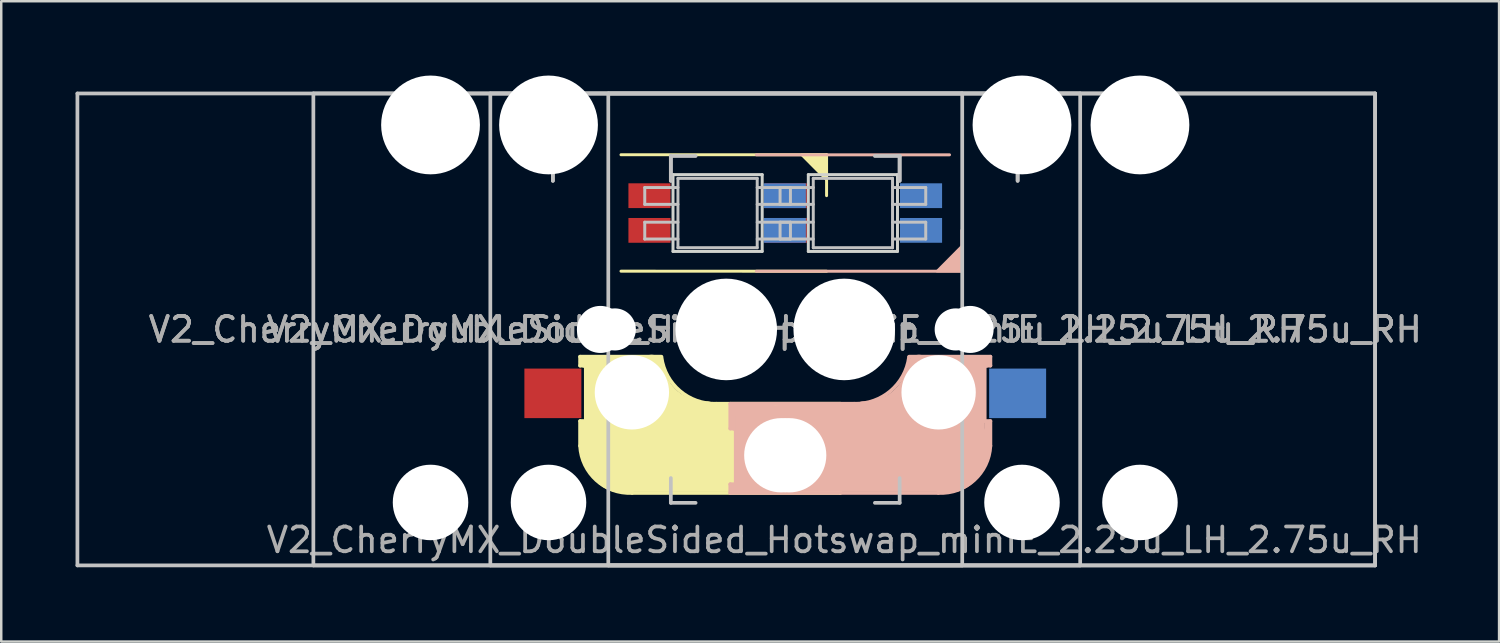
<source format=kicad_pcb>
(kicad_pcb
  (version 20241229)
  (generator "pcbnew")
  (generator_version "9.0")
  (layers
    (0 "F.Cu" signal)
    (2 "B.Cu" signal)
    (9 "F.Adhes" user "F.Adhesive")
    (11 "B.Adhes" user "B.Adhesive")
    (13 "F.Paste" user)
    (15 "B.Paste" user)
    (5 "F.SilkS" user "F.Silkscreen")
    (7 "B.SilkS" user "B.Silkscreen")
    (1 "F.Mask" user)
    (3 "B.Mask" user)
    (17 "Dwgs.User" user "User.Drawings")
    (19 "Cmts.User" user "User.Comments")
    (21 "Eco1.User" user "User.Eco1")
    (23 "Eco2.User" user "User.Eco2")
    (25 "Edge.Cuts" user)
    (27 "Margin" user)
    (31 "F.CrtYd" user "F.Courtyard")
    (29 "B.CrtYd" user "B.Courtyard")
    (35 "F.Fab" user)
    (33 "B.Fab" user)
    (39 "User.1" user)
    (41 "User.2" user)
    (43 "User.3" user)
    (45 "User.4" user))
  (footprint "V2_CherryMX_DoubleSided_Hotswap_miniE_2.25u_LH_2.75u_RH"
    (layer "F.Cu")
    (at 31.031 10.249)
    (property "Reference" "V2_CherryMX_DoubleSided_Hotswap_miniE_2.25u_LH_2.75u_RH" (at 0 8.5 0) (layer "F.Fab") (effects (font (size 1 1) (thickness 0.15))))
    (attr through_hole)
    (fp_line (start -10.662 1.1) (end -10.662 1.46) (stroke (width 0.15) (type solid)) (layer "F.SilkS"))
    (fp_line (start -10.662 1.1) (end -7.383 1.1) (stroke (width 0.15) (type solid)) (layer "F.SilkS"))
    (fp_line (start -10.662 3.7) (end -10.463 3.7) (stroke (width 0.15) (type solid)) (layer "F.SilkS"))
    (fp_line (start -10.662 4.7) (end -10.662 3.7) (stroke (width 0.15) (type solid)) (layer "F.SilkS"))
    (fp_line (start -10.562 3.8) (end -10.562 4.7) (stroke (width 0.3) (type solid)) (layer "F.SilkS"))
    (fp_line (start -10.463 1.3) (end -7.763 1.3) (stroke (width 0.5) (type solid)) (layer "F.SilkS"))
    (fp_line (start -10.463 1.46) (end -10.662 1.46) (stroke (width 0.15) (type solid)) (layer "F.SilkS"))
    (fp_line (start -10.432 3.7) (end -10.432 1.46) (stroke (width 0.15) (type solid)) (layer "F.SilkS"))
    (fp_line (start -10.062 1.6) (end -10.062 3.4) (stroke (width 0.8) (type solid)) (layer "F.SilkS"))
    (fp_line (start -9.012 -7.052) (end -0.713 -7.052) (stroke (width 0.12) (type solid)) (layer "F.SilkS"))
    (fp_line (start -8.932 5.1) (end -8.932 2.86) (stroke (width 3) (type solid)) (layer "F.SilkS"))
    (fp_line (start -5.162 3) (end -0.163 3) (stroke (width 0.15) (type solid)) (layer "F.SilkS"))
    (fp_line (start -2.163 4.8) (end -8.863 4.8) (stroke (width 3.5) (type solid)) (layer "F.SilkS"))
    (fp_line (start -0.863 6) (end -0.863 3.5) (stroke (width 1) (type solid)) (layer "F.SilkS"))
    (fp_line (start -0.713 -7.052) (end -0.713 -5.401) (stroke (width 0.12) (type solid)) (layer "F.SilkS"))
    (fp_line (start -0.713 -2.349) (end -9.012 -2.352) (stroke (width 0.12) (type solid)) (layer "F.SilkS"))
    (fp_line (start -0.463 3.3) (end -1.863 3.3) (stroke (width 0.5) (type solid)) (layer "F.SilkS"))
    (fp_line (start -0.383 4) (end -0.383 6.25) (stroke (width 0.15) (type solid)) (layer "F.SilkS"))
    (fp_line (start -0.362 3.9) (end -0.362 3.2) (stroke (width 0.4) (type solid)) (layer "F.SilkS"))
    (fp_line (start -0.362 6.25) (end -0.163 6.25) (stroke (width 0.15) (type solid)) (layer "F.SilkS"))
    (fp_line (start -0.362 6.4) (end -1.762 6.4) (stroke (width 0.4) (type solid)) (layer "F.SilkS"))
    (fp_line (start -0.163 3) (end -0.163 4) (stroke (width 0.15) (type solid)) (layer "F.SilkS"))
    (fp_line (start -0.163 4) (end -0.362 4) (stroke (width 0.15) (type solid)) (layer "F.SilkS"))
    (fp_line (start -0.163 6.25) (end -0.163 6.6) (stroke (width 0.15) (type solid)) (layer "F.SilkS"))
    (fp_line (start -0.163 6.6) (end -8.562 6.6) (stroke (width 0.15) (type solid)) (layer "F.SilkS"))
    (fp_arc (start -8.5625 6.600001) (mid -10.006004 6.084925) (end -10.662501 4.7) (stroke (width 0.15) (type solid)) (layer "F.SilkS"))
    (fp_arc (start -5.5625 3.4) (mid -7.031209 2.886118) (end -7.778818 1.521471) (stroke (width 1) (type solid)) (layer "F.SilkS"))
    (fp_arc (start -5.1625 3) (mid -6.631209 2.486118) (end -7.378818 1.121471) (stroke (width 0.15) (type solid)) (layer "F.SilkS"))
    (fp_poly (pts (xy -1.72 -7.049) (xy -0.713 -7.052) (xy -0.713 -6.036)) (stroke (width 0.1) (type solid)) (fill yes) (layer "F.SilkS"))
    (fp_line (start -9.062 3.3) (end -7.662 3.3) (stroke (width 0.5) (type solid)) (layer "B.SilkS"))
    (fp_line (start -4.6 3) (end -4.6 4) (stroke (width 0.15) (type solid)) (layer "B.SilkS"))
    (fp_line (start -4.6 4) (end -4.4 4) (stroke (width 0.15) (type solid)) (layer "B.SilkS"))
    (fp_line (start -4.6 6.25) (end -4.6 6.6) (stroke (width 0.15) (type solid)) (layer "B.SilkS"))
    (fp_line (start -4.6 6.6) (end 3.8 6.6) (stroke (width 0.15) (type solid)) (layer "B.SilkS"))
    (fp_line (start -4.4 3.9) (end -4.4 3.2) (stroke (width 0.4) (type solid)) (layer "B.SilkS"))
    (fp_line (start -4.4 6.25) (end -4.6 6.25) (stroke (width 0.15) (type solid)) (layer "B.SilkS"))
    (fp_line (start -4.4 6.4) (end -3 6.4) (stroke (width 0.4) (type solid)) (layer "B.SilkS"))
    (fp_line (start -4.38 4) (end -4.38 6.25) (stroke (width 0.15) (type solid)) (layer "B.SilkS"))
    (fp_line (start -4.3 3.3) (end -2.9 3.3) (stroke (width 0.5) (type solid)) (layer "B.SilkS"))
    (fp_line (start -3.9 6) (end -3.9 3.5) (stroke (width 1) (type solid)) (layer "B.SilkS"))
    (fp_line (start -3.55 -2.349) (end 4.75 -2.349) (stroke (width 0.12) (type solid)) (layer "B.SilkS"))
    (fp_line (start -2.6 4.8) (end 4.1 4.8) (stroke (width 3.5) (type solid)) (layer "B.SilkS"))
    (fp_line (start 0.4 3) (end -4.6 3) (stroke (width 0.15) (type solid)) (layer "B.SilkS"))
    (fp_line (start 4.17 5.1) (end 4.17 2.86) (stroke (width 3) (type solid)) (layer "B.SilkS"))
    (fp_line (start 4.25 -7.049) (end -3.55 -7.049) (stroke (width 0.12) (type solid)) (layer "B.SilkS"))
    (fp_line (start 4.75 -2.349) (end 4.75 -4) (stroke (width 0.12) (type solid)) (layer "B.SilkS"))
    (fp_line (start 5.3 1.6) (end 5.3 3.4) (stroke (width 0.8) (type solid)) (layer "B.SilkS"))
    (fp_line (start 5.67 3.7) (end 5.67 1.46) (stroke (width 0.15) (type solid)) (layer "B.SilkS"))
    (fp_line (start 5.7 1.3) (end 3 1.3) (stroke (width 0.5) (type solid)) (layer "B.SilkS"))
    (fp_line (start 5.7 1.46) (end 5.9 1.46) (stroke (width 0.15) (type solid)) (layer "B.SilkS"))
    (fp_line (start 5.8 3.8) (end 5.8 4.7) (stroke (width 0.3) (type solid)) (layer "B.SilkS"))
    (fp_line (start 5.9 1.1) (end 2.62 1.1) (stroke (width 0.15) (type solid)) (layer "B.SilkS"))
    (fp_line (start 5.9 1.1) (end 5.9 1.46) (stroke (width 0.15) (type solid)) (layer "B.SilkS"))
    (fp_line (start 5.9 3.7) (end 5.7 3.7) (stroke (width 0.15) (type solid)) (layer "B.SilkS"))
    (fp_line (start 5.9 4.7) (end 5.9 3.7) (stroke (width 0.15) (type solid)) (layer "B.SilkS"))
    (fp_arc (start 2.616318 1.121471) (mid 1.868709 2.486118) (end 0.4 3) (stroke (width 0.15) (type solid)) (layer "B.SilkS"))
    (fp_arc (start 3.016318 1.521471) (mid 2.268709 2.886118) (end 0.8 3.4) (stroke (width 1) (type solid)) (layer "B.SilkS"))
    (fp_arc (start 5.9 4.699999) (mid 5.243504 6.084924) (end 3.800001 6.6) (stroke (width 0.15) (type solid)) (layer "B.SilkS"))
    (fp_poly (pts (xy 4.75 -3.365) (xy 4.75 -2.349) (xy 3.742 -2.349)) (stroke (width 0.1) (type solid)) (fill yes) (layer "B.SilkS"))
    (fp_line (start -30.956 -9.525) (end 21.431 -9.525) (stroke (width 0.15) (type solid)) (layer "Dwgs.User"))
    (fp_line (start -30.956 9.525) (end -30.956 -9.525) (stroke (width 0.15) (type solid)) (layer "Dwgs.User"))
    (fp_line (start -21.431 -9.525) (end 21.431 -9.525) (stroke (width 0.15) (type solid)) (layer "Dwgs.User"))
    (fp_line (start -21.431 9.525) (end -21.431 -9.525) (stroke (width 0.15) (type solid)) (layer "Dwgs.User"))
    (fp_line (start -14.287 -9.525) (end 4.763 -9.525) (stroke (width 0.15) (type solid)) (layer "Dwgs.User"))
    (fp_line (start -14.287 9.525) (end -14.287 -9.525) (stroke (width 0.15) (type solid)) (layer "Dwgs.User"))
    (fp_line (start -11.762 -7) (end -11.762 -6) (stroke (width 0.15) (type solid)) (layer "Dwgs.User"))
    (fp_line (start -11.762 -7) (end -10.762 -7) (stroke (width 0.15) (type solid)) (layer "Dwgs.User"))
    (fp_line (start -11.762 -6) (end -11.762 -7) (stroke (width 0.15) (type solid)) (layer "Dwgs.User"))
    (fp_line (start -11.762 7) (end -11.762 6) (stroke (width 0.15) (type solid)) (layer "Dwgs.User"))
    (fp_line (start -11.762 7) (end -10.762 7) (stroke (width 0.15) (type solid)) (layer "Dwgs.User"))
    (fp_line (start -9.525 -9.525) (end 9.525 -9.525) (stroke (width 0.15) (type solid)) (layer "Dwgs.User"))
    (fp_line (start -9.525 9.525) (end -9.525 -9.525) (stroke (width 0.15) (type solid)) (layer "Dwgs.User"))
    (fp_line (start -8.053 -5.729) (end -8.053 -5.049) (stroke (width 0.12) (type solid)) (layer "Dwgs.User"))
    (fp_line (start -8.053 -5.049) (end -6.713 -5.049) (stroke (width 0.12) (type solid)) (layer "Dwgs.User"))
    (fp_line (start -8.053 -4.329) (end -8.053 -3.649) (stroke (width 0.12) (type solid)) (layer "Dwgs.User"))
    (fp_line (start -8.053 -3.649) (end -6.713 -3.649) (stroke (width 0.12) (type solid)) (layer "Dwgs.User"))
    (fp_line (start -7 -7) (end -7 -6) (stroke (width 0.15) (type solid)) (layer "Dwgs.User"))
    (fp_line (start -7 -7) (end -6 -7) (stroke (width 0.15) (type solid)) (layer "Dwgs.User"))
    (fp_line (start -7 -6) (end -7 -7) (stroke (width 0.15) (type solid)) (layer "Dwgs.User"))
    (fp_line (start -7 7) (end -7 6) (stroke (width 0.15) (type solid)) (layer "Dwgs.User"))
    (fp_line (start -7 7) (end -6 7) (stroke (width 0.15) (type solid)) (layer "Dwgs.User"))
    (fp_line (start -6.713 -5.729) (end -8.053 -5.729) (stroke (width 0.12) (type solid)) (layer "Dwgs.User"))
    (fp_line (start -6.713 -4.329) (end -8.053 -4.329) (stroke (width 0.12) (type solid)) (layer "Dwgs.User"))
    (fp_line (start -6.713 -3.299) (end -6.713 -6.099) (stroke (width 0.12) (type solid)) (layer "Dwgs.User"))
    (fp_line (start -3.513 -6.099) (end -6.713 -6.099) (stroke (width 0.12) (type solid)) (layer "Dwgs.User"))
    (fp_line (start -3.513 -5.049) (end -2.172 -5.049) (stroke (width 0.12) (type solid)) (layer "Dwgs.User"))
    (fp_line (start -3.513 -3.649) (end -2.172 -3.649) (stroke (width 0.12) (type solid)) (layer "Dwgs.User"))
    (fp_line (start -3.513 -3.299) (end -6.713 -3.299) (stroke (width 0.12) (type solid)) (layer "Dwgs.User"))
    (fp_line (start -3.513 -3.299) (end -3.513 -6.099) (stroke (width 0.12) (type solid)) (layer "Dwgs.User"))
    (fp_line (start -2.59 -5.729) (end -2.59 -5.049) (stroke (width 0.12) (type solid)) (layer "Dwgs.User"))
    (fp_line (start -2.59 -5.049) (end -1.25 -5.049) (stroke (width 0.12) (type solid)) (layer "Dwgs.User"))
    (fp_line (start -2.59 -4.329) (end -2.59 -3.649) (stroke (width 0.12) (type solid)) (layer "Dwgs.User"))
    (fp_line (start -2.59 -3.649) (end -1.25 -3.649) (stroke (width 0.12) (type solid)) (layer "Dwgs.User"))
    (fp_line (start -2.172 -5.729) (end -3.513 -5.729) (stroke (width 0.12) (type solid)) (layer "Dwgs.User"))
    (fp_line (start -2.172 -5.049) (end -2.172 -5.729) (stroke (width 0.12) (type solid)) (layer "Dwgs.User"))
    (fp_line (start -2.172 -4.329) (end -3.513 -4.329) (stroke (width 0.12) (type solid)) (layer "Dwgs.User"))
    (fp_line (start -2.172 -3.649) (end -2.172 -4.329) (stroke (width 0.12) (type solid)) (layer "Dwgs.User"))
    (fp_line (start -1.25 -5.729) (end -2.59 -5.729) (stroke (width 0.12) (type solid)) (layer "Dwgs.User"))
    (fp_line (start -1.25 -4.329) (end -2.59 -4.329) (stroke (width 0.12) (type solid)) (layer "Dwgs.User"))
    (fp_line (start -1.25 -3.299) (end -1.25 -6.099) (stroke (width 0.12) (type solid)) (layer "Dwgs.User"))
    (fp_line (start 1.95 -6.099) (end -1.25 -6.099) (stroke (width 0.12) (type solid)) (layer "Dwgs.User"))
    (fp_line (start 1.95 -5.049) (end 3.29 -5.049) (stroke (width 0.12) (type solid)) (layer "Dwgs.User"))
    (fp_line (start 1.95 -3.649) (end 3.29 -3.649) (stroke (width 0.12) (type solid)) (layer "Dwgs.User"))
    (fp_line (start 1.95 -3.299) (end -1.25 -3.299) (stroke (width 0.12) (type solid)) (layer "Dwgs.User"))
    (fp_line (start 1.95 -3.299) (end 1.95 -6.099) (stroke (width 0.12) (type solid)) (layer "Dwgs.User"))
    (fp_line (start 2.237 -7) (end 1.238 -7) (stroke (width 0.15) (type solid)) (layer "Dwgs.User"))
    (fp_line (start 2.237 -6) (end 2.237 -7) (stroke (width 0.15) (type solid)) (layer "Dwgs.User"))
    (fp_line (start 2.237 -6) (end 2.237 -7) (stroke (width 0.15) (type solid)) (layer "Dwgs.User"))
    (fp_line (start 2.237 6) (end 2.237 7) (stroke (width 0.15) (type solid)) (layer "Dwgs.User"))
    (fp_line (start 2.237 7) (end 1.238 7) (stroke (width 0.15) (type solid)) (layer "Dwgs.User"))
    (fp_line (start 3.29 -5.729) (end 1.95 -5.729) (stroke (width 0.12) (type solid)) (layer "Dwgs.User"))
    (fp_line (start 3.29 -5.049) (end 3.29 -5.729) (stroke (width 0.12) (type solid)) (layer "Dwgs.User"))
    (fp_line (start 3.29 -4.329) (end 1.95 -4.329) (stroke (width 0.12) (type solid)) (layer "Dwgs.User"))
    (fp_line (start 3.29 -3.649) (end 3.29 -4.329) (stroke (width 0.12) (type solid)) (layer "Dwgs.User"))
    (fp_line (start 4.763 -9.525) (end 4.763 9.525) (stroke (width 0.15) (type solid)) (layer "Dwgs.User"))
    (fp_line (start 4.763 9.525) (end -14.287 9.525) (stroke (width 0.15) (type solid)) (layer "Dwgs.User"))
    (fp_line (start 7 -7) (end 6 -7) (stroke (width 0.15) (type solid)) (layer "Dwgs.User"))
    (fp_line (start 7 -6) (end 7 -7) (stroke (width 0.15) (type solid)) (layer "Dwgs.User"))
    (fp_line (start 7 -6) (end 7 -7) (stroke (width 0.15) (type solid)) (layer "Dwgs.User"))
    (fp_line (start 7 6) (end 7 7) (stroke (width 0.15) (type solid)) (layer "Dwgs.User"))
    (fp_line (start 7 7) (end 6 7) (stroke (width 0.15) (type solid)) (layer "Dwgs.User"))
    (fp_line (start 9.525 -9.525) (end 9.525 9.525) (stroke (width 0.15) (type solid)) (layer "Dwgs.User"))
    (fp_line (start 9.525 9.525) (end -9.525 9.525) (stroke (width 0.15) (type solid)) (layer "Dwgs.User"))
    (fp_line (start 21.431 -9.525) (end 21.431 9.525) (stroke (width 0.15) (type solid)) (layer "Dwgs.User"))
    (fp_line (start 21.431 -9.525) (end 21.431 9.525) (stroke (width 0.15) (type solid)) (layer "Dwgs.User"))
    (fp_line (start 21.431 9.525) (end -30.956 9.525) (stroke (width 0.15) (type solid)) (layer "Dwgs.User"))
    (fp_line (start 21.431 9.525) (end -21.431 9.525) (stroke (width 0.15) (type solid)) (layer "Dwgs.User"))
    (fp_line (start -6.912 -6.249) (end -6.912 -3.149) (stroke (width 0.12) (type solid)) (layer "Edge.Cuts"))
    (fp_line (start -6.912 -3.149) (end -3.312 -3.149) (stroke (width 0.12) (type solid)) (layer "Edge.Cuts"))
    (fp_line (start -3.312 -6.249) (end -6.912 -6.249) (stroke (width 0.12) (type solid)) (layer "Edge.Cuts"))
    (fp_line (start -3.312 -3.149) (end -3.312 -6.249) (stroke (width 0.12) (type solid)) (layer "Edge.Cuts"))
    (fp_line (start -1.45 -6.249) (end -1.45 -3.149) (stroke (width 0.12) (type solid)) (layer "Edge.Cuts"))
    (fp_line (start -1.45 -3.149) (end 2.15 -3.149) (stroke (width 0.12) (type solid)) (layer "Edge.Cuts"))
    (fp_line (start 2.15 -6.249) (end -1.45 -6.249) (stroke (width 0.12) (type solid)) (layer "Edge.Cuts"))
    (fp_line (start 2.15 -3.149) (end 2.15 -6.249) (stroke (width 0.12) (type solid)) (layer "Edge.Cuts"))
    (fp_text user "${REFERENCE}" (at -4.763 0 180) (layer "F.Fab") (effects (font (size 1 1) (thickness 0.15))))
    (fp_text user "${REFERENCE}" (at 0 0 180) (layer "F.Fab") (effects (font (size 1 1) (thickness 0.15))))
    (fp_text user "${REFERENCE}" (at 0 0 180) (layer "F.Fab") (effects (font (size 1 1) (thickness 0.15))))
    (fp_text user "${REFERENCE}" (at -4.763 0 180) (layer "F.Fab") (effects (font (size 1 1) (thickness 0.15))))
    (pad "" np_thru_hole circle (at -16.701 -8.255) (size 3.988 3.988) (drill 3.988) (layers "*.Cu" "*.Mask"))
    (pad "" np_thru_hole circle (at -16.701 6.985) (size 3.048 3.048) (drill 3.048) (layers "*.Cu" "*.Mask"))
    (pad "" np_thru_hole circle (at -11.938 -8.255) (size 3.988 3.988) (drill 3.988) (layers "*.Cu" "*.Mask"))
    (pad "" np_thru_hole circle (at -11.938 6.985) (size 3.048 3.048) (drill 3.048) (layers "*.Cu" "*.Mask"))
    (pad "" np_thru_hole circle (at -9.842 0 180) (size 1.9 1.9) (drill 1.9) (layers "*.Cu" "*.Mask"))
    (pad "" np_thru_hole circle (at -9.262 0 180) (size 1.7 1.7) (drill 1.7) (layers "*.Cu" "*.Mask"))
    (pad "" np_thru_hole circle (at -8.572 2.54) (size 3 3) (drill 3) (layers "*.Cu" "*.Mask"))
    (pad "" np_thru_hole circle (at -5.08 0 180) (size 1.9 1.9) (drill 1.9) (layers "*.Cu" "*.Mask"))
    (pad "" np_thru_hole circle (at -4.763 0 270) (size 4.1 4.1) (drill 4.1) (layers "*.Cu" "*.Mask"))
    (pad "" np_thru_hole circle (at -4.5 0 180) (size 1.7 1.7) (drill 1.7) (layers "*.Cu" "*.Mask"))
    (pad "" np_thru_hole circle (at -2.54 5.08) (size 3 3) (drill 3) (layers "*.Cu" "*.Mask"))
    (pad "" np_thru_hole circle (at -2.223 5.08) (size 3 3) (drill 3) (layers "*.Cu" "*.Mask"))
    (pad "" np_thru_hole circle (at -0.263 0 180) (size 1.7 1.7) (drill 1.7) (layers "*.Cu" "*.Mask"))
    (pad "" np_thru_hole circle (at 0 0 270) (size 4.1 4.1) (drill 4.1) (layers "*.Cu" "*.Mask"))
    (pad "" np_thru_hole circle (at 0.318 0 180) (size 1.9 1.9) (drill 1.9) (layers "*.Cu" "*.Mask"))
    (pad "" np_thru_hole circle (at 3.81 2.54) (size 3 3) (drill 3) (layers "*.Cu" "*.Mask"))
    (pad "" np_thru_hole circle (at 4.5 0 180) (size 1.7 1.7) (drill 1.7) (layers "*.Cu" "*.Mask"))
    (pad "" np_thru_hole circle (at 5.08 0 180) (size 1.9 1.9) (drill 1.9) (layers "*.Cu" "*.Mask"))
    (pad "" np_thru_hole circle (at 7.176 -8.255) (size 3.988 3.988) (drill 3.988) (layers "*.Cu" "*.Mask"))
    (pad "" np_thru_hole circle (at 7.176 6.985) (size 3.048 3.048) (drill 3.048) (layers "*.Cu" "*.Mask"))
    (pad "" np_thru_hole circle (at 11.938 -8.255) (size 3.988 3.988) (drill 3.988) (layers "*.Cu" "*.Mask"))
    (pad "" np_thru_hole circle (at 11.938 6.985) (size 3.048 3.048) (drill 3.048) (layers "*.Cu" "*.Mask"))
    (pad "1" smd rect (at -7.862 -3.999 180) (size 1.7 1) (layers "F.Cu" "F.Mask" "F.Paste"))
    (pad "1" smd rect (at -2.4 -5.399 180) (size 1.7 1) (layers "B.Cu" "B.Mask" "B.Paste"))
    (pad "2" smd rect (at -7.862 -5.399 180) (size 1.7 1) (layers "F.Cu" "F.Mask" "F.Paste"))
    (pad "2" smd rect (at -2.4 -3.999 180) (size 1.7 1) (layers "B.Cu" "B.Mask" "B.Paste"))
    (pad "3" smd rect (at -2.362 -5.399 180) (size 1.7 1) (layers "F.Cu" "F.Mask" "F.Paste"))
    (pad "3" smd rect (at 3.1 -3.999 180) (size 1.7 1) (layers "B.Cu" "B.Mask" "B.Paste"))
    (pad "4" smd rect (at -2.362 -3.999 180) (size 1.7 1) (layers "F.Cu" "F.Mask" "F.Paste"))
    (pad "4" smd rect (at 3.1 -5.399 180) (size 1.7 1) (layers "B.Cu" "B.Mask" "B.Paste"))
    (pad "5" smd rect (at -5.7 5.12) (size 2.3 2) (layers "B.Cu" "B.Mask" "B.Paste"))
    (pad "5" smd rect (at 0.938 5.12) (size 2.3 2) (layers "F.Cu" "F.Mask" "F.Paste"))
    (pad "6" smd rect (at -11.762 2.58) (size 2.3 2) (layers "F.Cu" "F.Mask" "F.Paste"))
    (pad "6" smd rect (at 7 2.58) (size 2.3 2) (layers "B.Cu" "B.Mask" "B.Paste")))
  (gr_rect
    (start -3 -3)
    (end 57.466 22.849)
    (stroke (width 0.1) (type default))
    (fill no)
    (layer "Edge.Cuts")))
</source>
